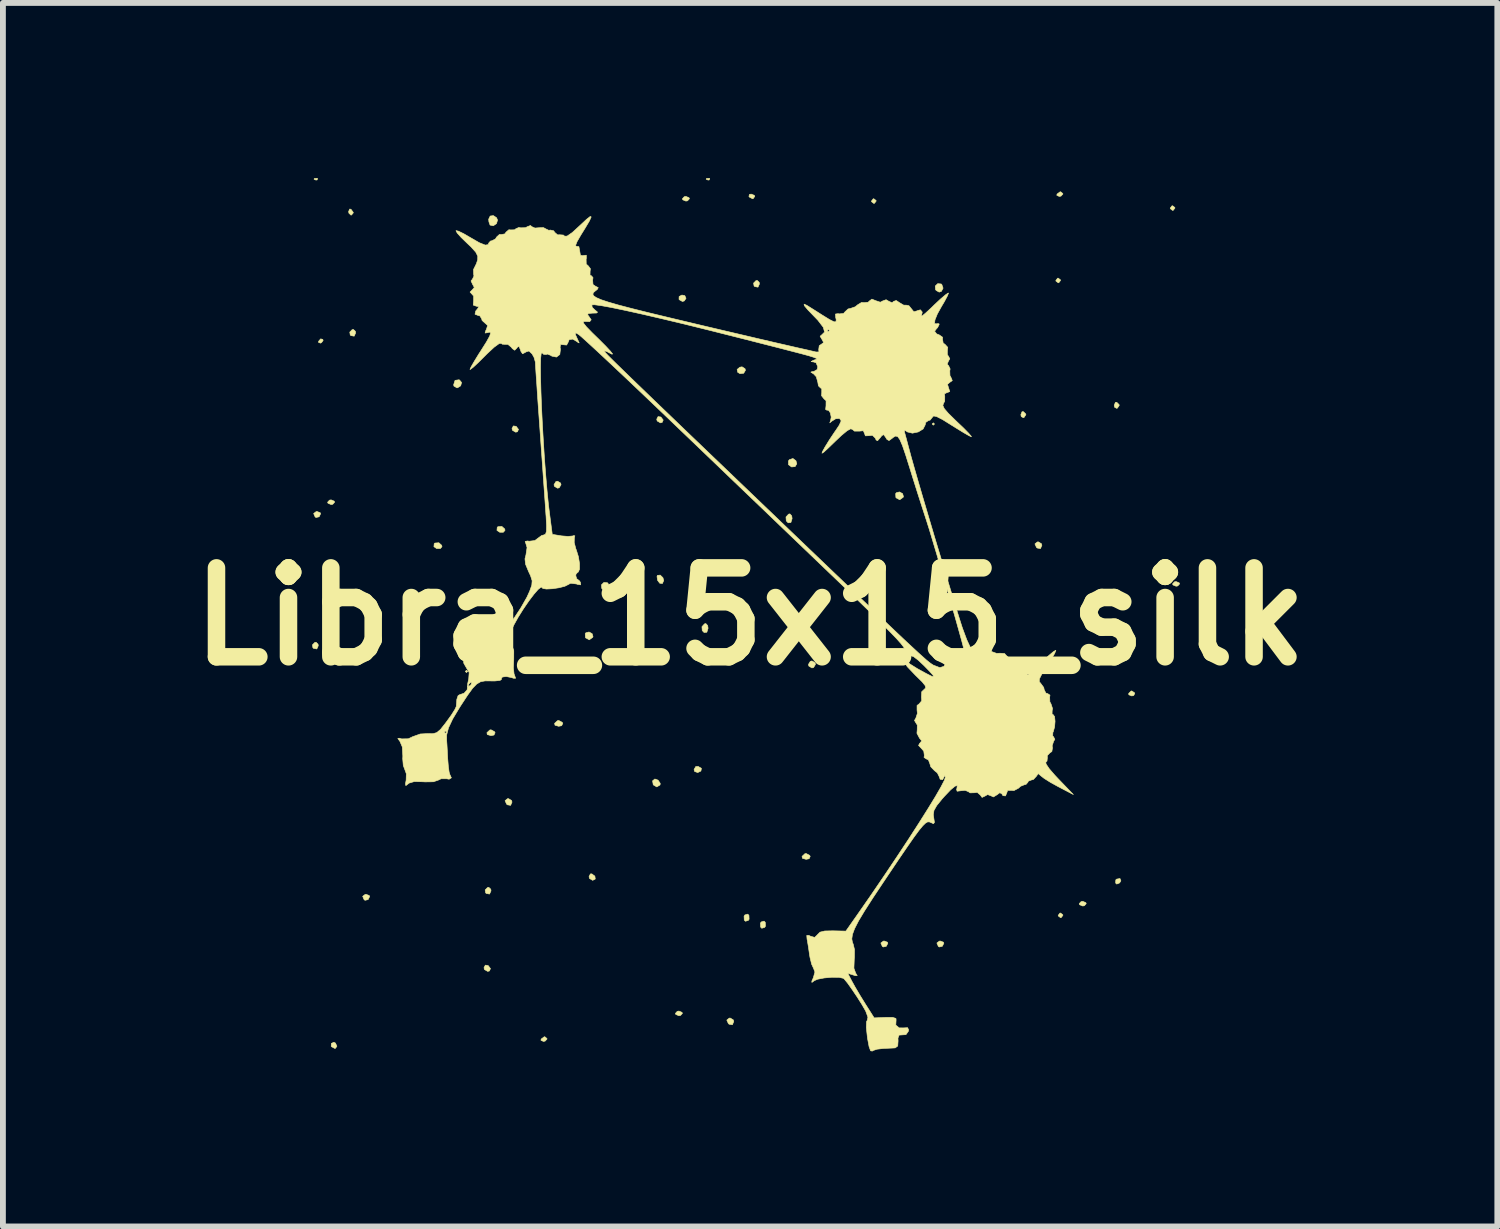
<source format=kicad_pcb>
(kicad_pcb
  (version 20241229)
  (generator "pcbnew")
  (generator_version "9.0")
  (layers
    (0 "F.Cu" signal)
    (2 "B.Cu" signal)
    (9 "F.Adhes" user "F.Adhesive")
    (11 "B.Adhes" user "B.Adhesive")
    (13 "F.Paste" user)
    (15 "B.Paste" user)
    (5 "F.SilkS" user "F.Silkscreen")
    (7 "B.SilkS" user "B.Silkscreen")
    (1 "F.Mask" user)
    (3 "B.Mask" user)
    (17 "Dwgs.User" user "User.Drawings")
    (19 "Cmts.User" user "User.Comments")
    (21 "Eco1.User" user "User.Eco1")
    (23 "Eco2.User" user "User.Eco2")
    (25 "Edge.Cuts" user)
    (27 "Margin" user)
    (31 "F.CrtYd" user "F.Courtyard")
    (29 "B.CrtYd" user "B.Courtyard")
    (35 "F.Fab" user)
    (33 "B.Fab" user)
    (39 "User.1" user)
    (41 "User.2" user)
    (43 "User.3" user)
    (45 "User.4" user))
  (footprint "Libra_15x15_silk"
    (layer "F.Cu")
    (at 9.804 7.516)
    (property "Reference" "Libra_15x15_silk" (at 0 0 0) (layer "F.SilkS") (effects (font (size 1.524 1.524) (thickness 0.3))))
    (attr through_hole)
    (fp_poly (pts (xy -4.84 0.94) (xy -4.86 0.96) (xy -4.88 0.94) (xy -4.86 0.92) (xy -4.84 0.94)) (stroke (width 0.01) (type solid)) (fill yes) (layer "F.SilkS"))
    (fp_poly (pts (xy 3.16 -3.3) (xy 3.14 -3.28) (xy 3.12 -3.3) (xy 3.14 -3.32) (xy 3.16 -3.3)) (stroke (width 0.01) (type solid)) (fill yes) (layer "F.SilkS"))
    (fp_poly (pts (xy -7.413 -7.507) (xy -7.419 -7.483) (xy -7.44 -7.48) (xy -7.473 -7.495) (xy -7.467 -7.507) (xy -7.419 -7.511) (xy -7.413 -7.507)) (stroke (width 0.01) (type solid)) (fill yes) (layer "F.SilkS"))
    (fp_poly (pts (xy -0.693 -7.507) (xy -0.699 -7.483) (xy -0.72 -7.48) (xy -0.753 -7.495) (xy -0.747 -7.507) (xy -0.699 -7.511) (xy -0.693 -7.507)) (stroke (width 0.01) (type solid)) (fill yes) (layer "F.SilkS"))
    (fp_poly (pts (xy -7.323 -4.75) (xy -7.317 -4.731) (xy -7.345 -4.694) (xy -7.362 -4.686) (xy -7.396 -4.699) (xy -7.394 -4.718) (xy -7.359 -4.759) (xy -7.323 -4.75)) (stroke (width 0.01) (type solid)) (fill yes) (layer "F.SilkS"))
    (fp_poly (pts (xy -4.489 5.98) (xy -4.449 6.032) (xy -4.467 6.073) (xy -4.497 6.08) (xy -4.552 6.048) (xy -4.56 6.017) (xy -4.537 5.973) (xy -4.489 5.98)) (stroke (width 0.01) (type solid)) (fill yes) (layer "F.SilkS"))
    (fp_poly (pts (xy -4.009 -3.26) (xy -3.969 -3.208) (xy -3.987 -3.167) (xy -4.017 -3.16) (xy -4.072 -3.192) (xy -4.08 -3.223) (xy -4.057 -3.267) (xy -4.009 -3.26)) (stroke (width 0.01) (type solid)) (fill yes) (layer "F.SilkS"))
    (fp_poly (pts (xy -2.66 4.449) (xy -2.653 4.497) (xy -2.697 4.52) (xy -2.752 4.488) (xy -2.76 4.457) (xy -2.737 4.41) (xy -2.712 4.409) (xy -2.66 4.449)) (stroke (width 0.01) (type solid)) (fill yes) (layer "F.SilkS"))
    (fp_poly (pts (xy -1.529 -3.42) (xy -1.489 -3.368) (xy -1.507 -3.327) (xy -1.537 -3.32) (xy -1.592 -3.352) (xy -1.6 -3.383) (xy -1.577 -3.427) (xy -1.529 -3.42)) (stroke (width 0.01) (type solid)) (fill yes) (layer "F.SilkS"))
    (fp_poly (pts (xy -0.834 2.601) (xy -0.843 2.647) (xy -0.898 2.673) (xy -0.951 2.654) (xy -0.96 2.62) (xy -0.931 2.57) (xy -0.89 2.568) (xy -0.834 2.601)) (stroke (width 0.01) (type solid)) (fill yes) (layer "F.SilkS"))
    (fp_poly (pts (xy 6.354 4.528) (xy 6.332 4.564) (xy 6.282 4.584) (xy 6.264 4.566) (xy 6.267 4.512) (xy 6.282 4.499) (xy 6.339 4.489) (xy 6.354 4.528)) (stroke (width 0.01) (type solid)) (fill yes) (layer "F.SilkS"))
    (fp_poly (pts (xy -7.404 0.472) (xy -7.4 0.5) (xy -7.425 0.555) (xy -7.48 0.545) (xy -7.492 0.534) (xy -7.5 0.485) (xy -7.46 0.444) (xy -7.438 0.44) (xy -7.404 0.472)) (stroke (width 0.01) (type solid)) (fill yes) (layer "F.SilkS"))
    (fp_poly (pts (xy -7.367 -1.78) (xy -7.36 -1.762) (xy -7.386 -1.71) (xy -7.438 -1.698) (xy -7.454 -1.708) (xy -7.479 -1.766) (xy -7.436 -1.799) (xy -7.42 -1.8) (xy -7.367 -1.78)) (stroke (width 0.01) (type solid)) (fill yes) (layer "F.SilkS"))
    (fp_poly (pts (xy -7.127 -1.978) (xy -7.12 -1.96) (xy -7.152 -1.925) (xy -7.18 -1.92) (xy -7.233 -1.942) (xy -7.24 -1.96) (xy -7.208 -1.995) (xy -7.18 -2) (xy -7.127 -1.978)) (stroke (width 0.01) (type solid)) (fill yes) (layer "F.SilkS"))
    (fp_poly (pts (xy -7.106 7.308) (xy -7.081 7.363) (xy -7.106 7.399) (xy -7.118 7.4) (xy -7.172 7.371) (xy -7.178 7.363) (xy -7.176 7.315) (xy -7.134 7.295) (xy -7.106 7.308)) (stroke (width 0.01) (type solid)) (fill yes) (layer "F.SilkS"))
    (fp_poly (pts (xy -6.84 -6.98) (xy -6.802 -6.929) (xy -6.8 -6.918) (xy -6.831 -6.881) (xy -6.84 -6.88) (xy -6.875 -6.913) (xy -6.88 -6.942) (xy -6.861 -6.984) (xy -6.84 -6.98)) (stroke (width 0.01) (type solid)) (fill yes) (layer "F.SilkS"))
    (fp_poly (pts (xy -6.764 -4.888) (xy -6.76 -4.86) (xy -6.785 -4.805) (xy -6.84 -4.815) (xy -6.852 -4.826) (xy -6.86 -4.875) (xy -6.82 -4.916) (xy -6.798 -4.92) (xy -6.764 -4.888)) (stroke (width 0.01) (type solid)) (fill yes) (layer "F.SilkS"))
    (fp_poly (pts (xy -6.527 4.78) (xy -6.52 4.798) (xy -6.546 4.85) (xy -6.598 4.862) (xy -6.614 4.852) (xy -6.639 4.794) (xy -6.596 4.761) (xy -6.58 4.76) (xy -6.527 4.78)) (stroke (width 0.01) (type solid)) (fill yes) (layer "F.SilkS"))
    (fp_poly (pts (xy -5.285 -1.221) (xy -5.28 -1.198) (xy -5.309 -1.165) (xy -5.37 -1.165) (xy -5.418 -1.197) (xy -5.413 -1.249) (xy -5.401 -1.26) (xy -5.334 -1.265) (xy -5.285 -1.221)) (stroke (width 0.01) (type solid)) (fill yes) (layer "F.SilkS"))
    (fp_poly (pts (xy -4.444 4.672) (xy -4.44 4.7) (xy -4.465 4.755) (xy -4.52 4.745) (xy -4.532 4.734) (xy -4.54 4.685) (xy -4.5 4.644) (xy -4.478 4.64) (xy -4.444 4.672)) (stroke (width 0.01) (type solid)) (fill yes) (layer "F.SilkS"))
    (fp_poly (pts (xy -4.38 1.972) (xy -4.37 1.99) (xy -4.389 2.03) (xy -4.44 2.04) (xy -4.503 2.022) (xy -4.51 1.99) (xy -4.461 1.944) (xy -4.44 1.94) (xy -4.38 1.972)) (stroke (width 0.01) (type solid)) (fill yes) (layer "F.SilkS"))
    (fp_poly (pts (xy -4.205 -1.501) (xy -4.2 -1.478) (xy -4.229 -1.445) (xy -4.29 -1.445) (xy -4.338 -1.477) (xy -4.333 -1.529) (xy -4.321 -1.54) (xy -4.254 -1.545) (xy -4.205 -1.501)) (stroke (width 0.01) (type solid)) (fill yes) (layer "F.SilkS"))
    (fp_poly (pts (xy -4.087 3.152) (xy -4.08 3.18) (xy -4.104 3.235) (xy -4.16 3.225) (xy -4.173 3.213) (xy -4.199 3.155) (xy -4.157 3.121) (xy -4.14 3.12) (xy -4.087 3.152)) (stroke (width 0.01) (type solid)) (fill yes) (layer "F.SilkS"))
    (fp_poly (pts (xy -3.481 7.231) (xy -3.48 7.24) (xy -3.513 7.275) (xy -3.542 7.28) (xy -3.584 7.261) (xy -3.58 7.24) (xy -3.529 7.202) (xy -3.518 7.2) (xy -3.481 7.231)) (stroke (width 0.01) (type solid)) (fill yes) (layer "F.SilkS"))
    (fp_poly (pts (xy -3.247 -2.288) (xy -3.24 -2.26) (xy -3.272 -2.207) (xy -3.3 -2.2) (xy -3.353 -2.232) (xy -3.36 -2.26) (xy -3.328 -2.313) (xy -3.3 -2.32) (xy -3.247 -2.288)) (stroke (width 0.01) (type solid)) (fill yes) (layer "F.SilkS"))
    (fp_poly (pts (xy -3.22 1.812) (xy -3.21 1.83) (xy -3.229 1.87) (xy -3.28 1.88) (xy -3.343 1.862) (xy -3.35 1.83) (xy -3.301 1.784) (xy -3.28 1.78) (xy -3.22 1.812)) (stroke (width 0.01) (type solid)) (fill yes) (layer "F.SilkS"))
    (fp_poly (pts (xy -1.577 2.803) (xy -1.54 2.858) (xy -1.543 2.885) (xy -1.599 2.919) (xy -1.657 2.885) (xy -1.66 2.88) (xy -1.671 2.815) (xy -1.632 2.783) (xy -1.577 2.803)) (stroke (width 0.01) (type solid)) (fill yes) (layer "F.SilkS"))
    (fp_poly (pts (xy -1.494 -0.667) (xy -1.48 -0.618) (xy -1.503 -0.566) (xy -1.549 -0.572) (xy -1.586 -0.622) (xy -1.595 -0.687) (xy -1.588 -0.706) (xy -1.54 -0.711) (xy -1.494 -0.667)) (stroke (width 0.01) (type solid)) (fill yes) (layer "F.SilkS"))
    (fp_poly (pts (xy -1.167 6.782) (xy -1.16 6.8) (xy -1.192 6.835) (xy -1.22 6.84) (xy -1.273 6.818) (xy -1.28 6.8) (xy -1.248 6.765) (xy -1.22 6.76) (xy -1.167 6.782)) (stroke (width 0.01) (type solid)) (fill yes) (layer "F.SilkS"))
    (fp_poly (pts (xy -1.119 -5.5) (xy -1.098 -5.454) (xy -1.128 -5.409) (xy -1.16 -5.4) (xy -1.212 -5.429) (xy -1.218 -5.437) (xy -1.216 -5.485) (xy -1.168 -5.51) (xy -1.119 -5.5)) (stroke (width 0.01) (type solid)) (fill yes) (layer "F.SilkS"))
    (fp_poly (pts (xy -1.047 -7.178) (xy -1.04 -7.16) (xy -1.072 -7.125) (xy -1.1 -7.12) (xy -1.153 -7.142) (xy -1.16 -7.16) (xy -1.128 -7.195) (xy -1.1 -7.2) (xy -1.047 -7.178)) (stroke (width 0.01) (type solid)) (fill yes) (layer "F.SilkS"))
    (fp_poly (pts (xy -0.727 0.154) (xy -0.72 0.2) (xy -0.741 0.268) (xy -0.788 0.273) (xy -0.82 0.24) (xy -0.825 0.174) (xy -0.781 0.125) (xy -0.758 0.12) (xy -0.727 0.154)) (stroke (width 0.01) (type solid)) (fill yes) (layer "F.SilkS"))
    (fp_poly (pts (xy -0.287 6.912) (xy -0.28 6.94) (xy -0.304 6.995) (xy -0.36 6.985) (xy -0.373 6.973) (xy -0.399 6.915) (xy -0.357 6.881) (xy -0.34 6.88) (xy -0.287 6.912)) (stroke (width 0.01) (type solid)) (fill yes) (layer "F.SilkS"))
    (fp_poly (pts (xy -0.087 -4.248) (xy -0.08 -4.22) (xy -0.11 -4.17) (xy -0.173 -4.163) (xy -0.212 -4.186) (xy -0.222 -4.235) (xy -0.176 -4.273) (xy -0.138 -4.28) (xy -0.087 -4.248)) (stroke (width 0.01) (type solid)) (fill yes) (layer "F.SilkS"))
    (fp_poly (pts (xy -0.02 5.12) (xy -0.017 5.186) (xy -0.031 5.207) (xy -0.08 5.221) (xy -0.1 5.2) (xy -0.103 5.134) (xy -0.089 5.113) (xy -0.04 5.099) (xy -0.02 5.12)) (stroke (width 0.01) (type solid)) (fill yes) (layer "F.SilkS"))
    (fp_poly (pts (xy 0.072 -7.219) (xy 0.08 -7.2) (xy 0.051 -7.161) (xy 0.042 -7.16) (xy -0.012 -7.189) (xy -0.02 -7.2) (xy -0.011 -7.234) (xy 0.018 -7.24) (xy 0.072 -7.219)) (stroke (width 0.01) (type solid)) (fill yes) (layer "F.SilkS"))
    (fp_poly (pts (xy 0.156 -5.728) (xy 0.16 -5.7) (xy 0.135 -5.645) (xy 0.08 -5.655) (xy 0.068 -5.666) (xy 0.06 -5.715) (xy 0.1 -5.756) (xy 0.122 -5.76) (xy 0.156 -5.728)) (stroke (width 0.01) (type solid)) (fill yes) (layer "F.SilkS"))
    (fp_poly (pts (xy 0.26 5.24) (xy 0.263 5.306) (xy 0.249 5.327) (xy 0.2 5.341) (xy 0.18 5.32) (xy 0.177 5.254) (xy 0.191 5.233) (xy 0.24 5.219) (xy 0.26 5.24)) (stroke (width 0.01) (type solid)) (fill yes) (layer "F.SilkS"))
    (fp_poly (pts (xy 0.713 -1.726) (xy 0.72 -1.68) (xy 0.699 -1.612) (xy 0.652 -1.607) (xy 0.62 -1.64) (xy 0.615 -1.706) (xy 0.659 -1.755) (xy 0.682 -1.76) (xy 0.713 -1.726)) (stroke (width 0.01) (type solid)) (fill yes) (layer "F.SilkS"))
    (fp_poly (pts (xy 0.786 -2.67) (xy 0.8 -2.618) (xy 0.771 -2.57) (xy 0.711 -2.564) (xy 0.658 -2.603) (xy 0.657 -2.666) (xy 0.672 -2.688) (xy 0.734 -2.709) (xy 0.786 -2.67)) (stroke (width 0.01) (type solid)) (fill yes) (layer "F.SilkS"))
    (fp_poly (pts (xy 1.02 4.092) (xy 1.03 4.11) (xy 1.011 4.15) (xy 0.96 4.16) (xy 0.897 4.142) (xy 0.89 4.11) (xy 0.939 4.064) (xy 0.96 4.06) (xy 1.02 4.092)) (stroke (width 0.01) (type solid)) (fill yes) (layer "F.SilkS"))
    (fp_poly (pts (xy 1.113 0.792) (xy 1.12 0.82) (xy 1.088 0.873) (xy 1.06 0.88) (xy 1.007 0.848) (xy 1 0.82) (xy 1.032 0.767) (xy 1.06 0.76) (xy 1.113 0.792)) (stroke (width 0.01) (type solid)) (fill yes) (layer "F.SilkS"))
    (fp_poly (pts (xy 2.159 -7.13) (xy 2.16 -7.12) (xy 2.13 -7.081) (xy 2.12 -7.08) (xy 2.081 -7.11) (xy 2.08 -7.12) (xy 2.11 -7.159) (xy 2.12 -7.16) (xy 2.159 -7.13)) (stroke (width 0.01) (type solid)) (fill yes) (layer "F.SilkS"))
    (fp_poly (pts (xy 2.353 5.58) (xy 2.36 5.598) (xy 2.334 5.65) (xy 2.282 5.662) (xy 2.266 5.652) (xy 2.241 5.594) (xy 2.284 5.561) (xy 2.3 5.56) (xy 2.353 5.58)) (stroke (width 0.01) (type solid)) (fill yes) (layer "F.SilkS"))
    (fp_poly (pts (xy 3.313 5.58) (xy 3.32 5.598) (xy 3.294 5.65) (xy 3.242 5.662) (xy 3.226 5.652) (xy 3.201 5.594) (xy 3.244 5.561) (xy 3.26 5.56) (xy 3.313 5.58)) (stroke (width 0.01) (type solid)) (fill yes) (layer "F.SilkS"))
    (fp_poly (pts (xy 4.724 -3.471) (xy 4.726 -3.46) (xy 4.695 -3.413) (xy 4.683 -3.408) (xy 4.647 -3.427) (xy 4.64 -3.46) (xy 4.66 -3.51) (xy 4.683 -3.512) (xy 4.724 -3.471)) (stroke (width 0.01) (type solid)) (fill yes) (layer "F.SilkS"))
    (fp_poly (pts (xy 4.993 -1.248) (xy 5 -1.22) (xy 4.976 -1.165) (xy 4.92 -1.175) (xy 4.907 -1.187) (xy 4.881 -1.245) (xy 4.923 -1.279) (xy 4.94 -1.28) (xy 4.993 -1.248)) (stroke (width 0.01) (type solid)) (fill yes) (layer "F.SilkS"))
    (fp_poly (pts (xy 5.319 -5.77) (xy 5.32 -5.76) (xy 5.29 -5.721) (xy 5.28 -5.72) (xy 5.241 -5.75) (xy 5.24 -5.76) (xy 5.27 -5.799) (xy 5.28 -5.8) (xy 5.319 -5.77)) (stroke (width 0.01) (type solid)) (fill yes) (layer "F.SilkS"))
    (fp_poly (pts (xy 5.359 5.11) (xy 5.36 5.12) (xy 5.33 5.159) (xy 5.32 5.16) (xy 5.281 5.13) (xy 5.28 5.12) (xy 5.31 5.081) (xy 5.32 5.08) (xy 5.359 5.11)) (stroke (width 0.01) (type solid)) (fill yes) (layer "F.SilkS"))
    (fp_poly (pts (xy 5.359 -7.249) (xy 5.36 -7.24) (xy 5.327 -7.205) (xy 5.298 -7.2) (xy 5.256 -7.219) (xy 5.26 -7.24) (xy 5.311 -7.278) (xy 5.322 -7.28) (xy 5.359 -7.249)) (stroke (width 0.01) (type solid)) (fill yes) (layer "F.SilkS"))
    (fp_poly (pts (xy 5.753 4.902) (xy 5.76 4.92) (xy 5.728 4.955) (xy 5.7 4.96) (xy 5.647 4.938) (xy 5.64 4.92) (xy 5.672 4.885) (xy 5.7 4.88) (xy 5.753 4.902)) (stroke (width 0.01) (type solid)) (fill yes) (layer "F.SilkS"))
    (fp_poly (pts (xy 6.324 -3.631) (xy 6.326 -3.62) (xy 6.295 -3.573) (xy 6.283 -3.568) (xy 6.247 -3.587) (xy 6.24 -3.62) (xy 6.26 -3.67) (xy 6.283 -3.672) (xy 6.324 -3.631)) (stroke (width 0.01) (type solid)) (fill yes) (layer "F.SilkS"))
    (fp_poly (pts (xy 6.587 1.305) (xy 6.592 1.317) (xy 6.573 1.353) (xy 6.54 1.36) (xy 6.49 1.34) (xy 6.488 1.317) (xy 6.529 1.276) (xy 6.54 1.274) (xy 6.587 1.305)) (stroke (width 0.01) (type solid)) (fill yes) (layer "F.SilkS"))
    (fp_poly (pts (xy 7.279 -7.01) (xy 7.28 -7) (xy 7.25 -6.961) (xy 7.24 -6.96) (xy 7.201 -6.99) (xy 7.2 -7) (xy 7.23 -7.039) (xy 7.24 -7.04) (xy 7.279 -7.01)) (stroke (width 0.01) (type solid)) (fill yes) (layer "F.SilkS"))
    (fp_poly (pts (xy 7.353 -0.578) (xy 7.36 -0.56) (xy 7.328 -0.525) (xy 7.3 -0.52) (xy 7.247 -0.542) (xy 7.24 -0.56) (xy 7.272 -0.595) (xy 7.3 -0.6) (xy 7.353 -0.578)) (stroke (width 0.01) (type solid)) (fill yes) (layer "F.SilkS"))
    (fp_poly (pts (xy -4.979 -4.054) (xy -4.944 -4.011) (xy -4.96 -3.954) (xy -5.013 -3.921) (xy -5.024 -3.92) (xy -5.075 -3.95) (xy -5.08 -3.973) (xy -5.056 -4.048) (xy -4.989 -4.058) (xy -4.979 -4.054)) (stroke (width 0.01) (type solid)) (fill yes) (layer "F.SilkS"))
    (fp_poly (pts (xy -2.707 0.293) (xy -2.692 0.343) (xy -2.697 0.356) (xy -2.756 0.398) (xy -2.816 0.366) (xy -2.822 0.357) (xy -2.825 0.293) (xy -2.814 0.278) (xy -2.76 0.264) (xy -2.707 0.293)) (stroke (width 0.01) (type solid)) (fill yes) (layer "F.SilkS"))
    (fp_poly (pts (xy -2.446 -0.58) (xy -2.435 -0.571) (xy -2.413 -0.508) (xy -2.442 -0.453) (xy -2.48 -0.44) (xy -2.531 -0.469) (xy -2.542 -0.483) (xy -2.547 -0.544) (xy -2.505 -0.585) (xy -2.446 -0.58)) (stroke (width 0.01) (type solid)) (fill yes) (layer "F.SilkS"))
    (fp_poly (pts (xy 2.613 -2.107) (xy 2.628 -2.057) (xy 2.623 -2.044) (xy 2.564 -2.002) (xy 2.504 -2.034) (xy 2.498 -2.043) (xy 2.495 -2.107) (xy 2.506 -2.122) (xy 2.56 -2.136) (xy 2.613 -2.107)) (stroke (width 0.01) (type solid)) (fill yes) (layer "F.SilkS"))
    (fp_poly (pts (xy 3.274 -5.7) (xy 3.285 -5.691) (xy 3.307 -5.628) (xy 3.278 -5.573) (xy 3.24 -5.56) (xy 3.189 -5.589) (xy 3.178 -5.603) (xy 3.173 -5.664) (xy 3.215 -5.705) (xy 3.274 -5.7)) (stroke (width 0.01) (type solid)) (fill yes) (layer "F.SilkS"))
    (fp_poly (pts (xy -4.345 -6.835) (xy -4.328 -6.795) (xy -4.346 -6.734) (xy -4.401 -6.697) (xy -4.456 -6.709) (xy -4.456 -6.709) (xy -4.476 -6.765) (xy -4.48 -6.81) (xy -4.454 -6.864) (xy -4.399 -6.871) (xy -4.345 -6.835)) (stroke (width 0.01) (type solid)) (fill yes) (layer "F.SilkS"))
    (fp_poly (pts (xy -2.723 -6.849) (xy -2.753 -6.781) (xy -2.829 -6.653) (xy -2.904 -6.532) (xy -2.966 -6.424) (xy -2.991 -6.359) (xy -2.978 -6.346) (xy -2.934 -6.34) (xy -2.92 -6.266) (xy -2.92 -6.266) (xy -2.908 -6.193) (xy -2.866 -6.184) (xy -2.854 -6.188) (xy -2.807 -6.193) (xy -2.806 -6.142) (xy -2.81 -6.124) (xy -2.808 -6.04) (xy -2.776 -6.013) (xy -2.736 -5.961) (xy -2.742 -5.915) (xy -2.743 -5.853) (xy -2.72 -5.84) (xy -2.692 -5.809) (xy -2.698 -5.765) (xy -2.692 -5.69) (xy -2.651 -5.662) (xy -2.602 -5.637) (xy -2.619 -5.606) (xy -2.65 -5.582) (xy -2.683 -5.554) (xy -2.695 -5.526) (xy -2.682 -5.498) (xy -2.637 -5.467) (xy -2.556 -5.431) (xy -2.432 -5.39) (xy -2.26 -5.34) (xy -2.035 -5.281) (xy -1.751 -5.21) (xy -1.402 -5.126) (xy -0.983 -5.026) (xy -0.797 -4.982) (xy -0.458 -4.902) (xy -0.137 -4.827) (xy 0.157 -4.758) (xy 0.414 -4.698) (xy 0.624 -4.65) (xy 0.776 -4.615) (xy 0.86 -4.596) (xy 0.99 -4.567) (xy 1.096 -4.542) (xy 1.13 -4.534) (xy 1.18 -4.535) (xy 1.176 -4.577) (xy 1.185 -4.642) (xy 1.217 -4.664) (xy 1.26 -4.695) (xy 1.235 -4.746) (xy 1.231 -4.751) (xy 1.2 -4.804) (xy 1.23 -4.83) (xy 1.277 -4.876) (xy 1.27 -4.9) (xy 1.32 -4.9) (xy 1.34 -4.88) (xy 1.36 -4.9) (xy 1.34 -4.92) (xy 1.32 -4.9) (xy 1.27 -4.9) (xy 1.254 -4.958) (xy 1.161 -5.079) (xy 1.1 -5.142) (xy 0.99 -5.256) (xy 0.93 -5.328) (xy 0.925 -5.354) (xy 0.97 -5.335) (xy 1.029 -5.298) (xy 1.131 -5.234) (xy 1.228 -5.172) (xy 1.361 -5.09) (xy 1.439 -5.051) (xy 1.473 -5.053) (xy 1.475 -5.093) (xy 1.467 -5.124) (xy 1.463 -5.185) (xy 1.51 -5.191) (xy 1.525 -5.187) (xy 1.602 -5.194) (xy 1.627 -5.223) (xy 1.68 -5.272) (xy 1.719 -5.28) (xy 1.803 -5.309) (xy 1.842 -5.342) (xy 1.91 -5.383) (xy 1.953 -5.38) (xy 2.023 -5.387) (xy 2.046 -5.409) (xy 2.087 -5.44) (xy 2.154 -5.413) (xy 2.232 -5.387) (xy 2.273 -5.409) (xy 2.331 -5.43) (xy 2.375 -5.404) (xy 2.433 -5.378) (xy 2.46 -5.401) (xy 2.504 -5.417) (xy 2.561 -5.379) (xy 2.632 -5.337) (xy 2.675 -5.337) (xy 2.722 -5.327) (xy 2.761 -5.279) (xy 2.806 -5.223) (xy 2.856 -5.237) (xy 2.859 -5.239) (xy 2.918 -5.257) (xy 2.95 -5.219) (xy 2.937 -5.15) (xy 2.95 -5.153) (xy 3.009 -5.202) (xy 3.103 -5.289) (xy 3.154 -5.339) (xy 3.264 -5.442) (xy 3.349 -5.514) (xy 3.395 -5.545) (xy 3.4 -5.543) (xy 3.38 -5.493) (xy 3.33 -5.398) (xy 3.28 -5.314) (xy 3.209 -5.186) (xy 3.168 -5.084) (xy 3.161 -5.023) (xy 3.19 -5.015) (xy 3.2 -5.02) (xy 3.237 -5.018) (xy 3.24 -5.005) (xy 3.211 -4.948) (xy 3.2 -4.94) (xy 3.162 -4.89) (xy 3.197 -4.844) (xy 3.24 -4.828) (xy 3.298 -4.788) (xy 3.298 -4.749) (xy 3.309 -4.687) (xy 3.34 -4.665) (xy 3.387 -4.614) (xy 3.381 -4.564) (xy 3.38 -4.489) (xy 3.4 -4.46) (xy 3.422 -4.418) (xy 3.4 -4.38) (xy 3.377 -4.325) (xy 3.401 -4.3) (xy 3.428 -4.244) (xy 3.422 -4.211) (xy 3.425 -4.13) (xy 3.444 -4.095) (xy 3.465 -4.044) (xy 3.425 -4.016) (xy 3.383 -3.98) (xy 3.402 -3.916) (xy 3.422 -3.857) (xy 3.384 -3.84) (xy 3.377 -3.84) (xy 3.331 -3.817) (xy 3.336 -3.775) (xy 3.335 -3.691) (xy 3.315 -3.654) (xy 3.303 -3.617) (xy 3.328 -3.563) (xy 3.398 -3.482) (xy 3.52 -3.362) (xy 3.544 -3.339) (xy 3.66 -3.229) (xy 3.745 -3.142) (xy 3.79 -3.09) (xy 3.792 -3.081) (xy 3.748 -3.101) (xy 3.654 -3.155) (xy 3.526 -3.234) (xy 3.452 -3.28) (xy 3.298 -3.376) (xy 3.198 -3.427) (xy 3.144 -3.438) (xy 3.127 -3.42) (xy 3.085 -3.367) (xy 3.057 -3.36) (xy 3.01 -3.327) (xy 3 -3.284) (xy 2.965 -3.215) (xy 2.882 -3.164) (xy 2.782 -3.143) (xy 2.696 -3.164) (xy 2.688 -3.17) (xy 2.646 -3.196) (xy 2.646 -3.16) (xy 2.652 -3.14) (xy 2.676 -3.052) (xy 2.709 -2.928) (xy 2.722 -2.88) (xy 2.758 -2.745) (xy 2.814 -2.547) (xy 2.885 -2.3) (xy 2.968 -2.016) (xy 3.06 -1.705) (xy 3.156 -1.381) (xy 3.254 -1.056) (xy 3.349 -0.741) (xy 3.438 -0.448) (xy 3.517 -0.189) (xy 3.583 0.023) (xy 3.632 0.177) (xy 3.651 0.23) (xy 3.714 0.399) (xy 3.77 0.519) (xy 3.812 0.579) (xy 3.825 0.583) (xy 3.89 0.592) (xy 3.913 0.609) (xy 3.971 0.629) (xy 4.018 0.601) (xy 4.083 0.571) (xy 4.14 0.6) (xy 4.225 0.631) (xy 4.282 0.628) (xy 4.361 0.633) (xy 4.387 0.663) (xy 4.44 0.712) (xy 4.481 0.72) (xy 4.549 0.74) (xy 4.567 0.762) (xy 4.614 0.802) (xy 4.661 0.817) (xy 4.726 0.859) (xy 4.737 0.914) (xy 4.743 0.982) (xy 4.756 1) (xy 4.792 0.974) (xy 4.87 0.904) (xy 4.975 0.804) (xy 5.009 0.771) (xy 5.115 0.671) (xy 5.195 0.603) (xy 5.237 0.578) (xy 5.24 0.581) (xy 5.219 0.632) (xy 5.164 0.728) (xy 5.087 0.85) (xy 5.08 0.86) (xy 4.998 0.988) (xy 4.958 1.067) (xy 4.955 1.115) (xy 4.98 1.144) (xy 5.032 1.215) (xy 5.04 1.254) (xy 5.069 1.311) (xy 5.099 1.32) (xy 5.139 1.346) (xy 5.134 1.381) (xy 5.137 1.461) (xy 5.156 1.495) (xy 5.183 1.576) (xy 5.176 1.615) (xy 5.175 1.669) (xy 5.193 1.68) (xy 5.218 1.714) (xy 5.226 1.795) (xy 5.218 1.892) (xy 5.195 1.974) (xy 5.188 1.987) (xy 5.186 2.045) (xy 5.201 2.061) (xy 5.222 2.104) (xy 5.201 2.138) (xy 5.176 2.216) (xy 5.182 2.25) (xy 5.171 2.313) (xy 5.138 2.335) (xy 5.092 2.383) (xy 5.094 2.418) (xy 5.088 2.477) (xy 5.068 2.493) (xy 5.072 2.527) (xy 5.125 2.606) (xy 5.22 2.716) (xy 5.28 2.78) (xy 5.54 3.05) (xy 5.281 2.915) (xy 5.147 2.841) (xy 5.039 2.773) (xy 4.979 2.726) (xy 4.978 2.724) (xy 4.937 2.691) (xy 4.909 2.732) (xy 4.908 2.734) (xy 4.856 2.791) (xy 4.821 2.8) (xy 4.767 2.821) (xy 4.76 2.84) (xy 4.728 2.876) (xy 4.705 2.88) (xy 4.635 2.908) (xy 4.599 2.941) (xy 4.521 2.982) (xy 4.474 2.978) (xy 4.413 2.979) (xy 4.4 3.017) (xy 4.377 3.073) (xy 4.333 3.069) (xy 4.312 3.035) (xy 4.278 3.019) (xy 4.234 3.052) (xy 4.17 3.091) (xy 4.127 3.071) (xy 4.07 3.05) (xy 4.026 3.075) (xy 3.975 3.099) (xy 3.945 3.058) (xy 3.893 3.013) (xy 3.844 3.019) (xy 3.77 3.021) (xy 3.741 3.001) (xy 3.687 2.978) (xy 3.617 2.984) (xy 3.548 2.993) (xy 3.538 2.962) (xy 3.544 2.944) (xy 3.55 2.896) (xy 3.512 2.906) (xy 3.437 2.968) (xy 3.333 3.077) (xy 3.291 3.124) (xy 3.198 3.239) (xy 3.151 3.322) (xy 3.14 3.395) (xy 3.147 3.446) (xy 3.159 3.528) (xy 3.142 3.549) (xy 3.099 3.53) (xy 3.071 3.518) (xy 3.041 3.519) (xy 3.005 3.54) (xy 2.958 3.586) (xy 2.893 3.665) (xy 2.807 3.782) (xy 2.694 3.944) (xy 2.548 4.158) (xy 2.366 4.429) (xy 2.284 4.551) (xy 2.101 4.826) (xy 1.96 5.046) (xy 1.858 5.216) (xy 1.791 5.347) (xy 1.754 5.446) (xy 1.743 5.523) (xy 1.754 5.584) (xy 1.766 5.611) (xy 1.789 5.705) (xy 1.788 5.837) (xy 1.785 5.872) (xy 1.779 6.026) (xy 1.81 6.112) (xy 1.836 6.152) (xy 1.802 6.153) (xy 1.767 6.142) (xy 1.674 6.113) (xy 1.743 6.246) (xy 1.8 6.349) (xy 1.882 6.488) (xy 1.969 6.629) (xy 2.126 6.877) (xy 2.323 6.869) (xy 2.445 6.869) (xy 2.499 6.886) (xy 2.502 6.91) (xy 2.497 7) (xy 2.554 7.048) (xy 2.626 7.049) (xy 2.699 7.045) (xy 2.716 7.081) (xy 2.713 7.105) (xy 2.671 7.164) (xy 2.613 7.168) (xy 2.553 7.172) (xy 2.534 7.223) (xy 2.536 7.273) (xy 2.53 7.359) (xy 2.487 7.391) (xy 2.462 7.393) (xy 2.286 7.401) (xy 2.174 7.414) (xy 2.109 7.436) (xy 2.095 7.446) (xy 2.065 7.441) (xy 2.039 7.37) (xy 2.012 7.227) (xy 2.01 7.211) (xy 1.992 7.044) (xy 1.995 6.943) (xy 2.009 6.915) (xy 2.019 6.865) (xy 1.985 6.771) (xy 1.978 6.755) (xy 1.916 6.647) (xy 1.835 6.519) (xy 1.748 6.39) (xy 1.67 6.28) (xy 1.613 6.211) (xy 1.599 6.199) (xy 1.523 6.182) (xy 1.402 6.181) (xy 1.269 6.193) (xy 1.155 6.215) (xy 1.101 6.239) (xy 1.059 6.27) (xy 1.058 6.247) (xy 1.084 6.188) (xy 1.111 6.091) (xy 1.088 6.029) (xy 1.055 5.958) (xy 1.027 5.844) (xy 1.019 5.798) (xy 1 5.666) (xy 0.981 5.552) (xy 0.976 5.528) (xy 0.971 5.464) (xy 1.005 5.463) (xy 1.037 5.478) (xy 1.107 5.498) (xy 1.154 5.453) (xy 1.155 5.45) (xy 1.198 5.408) (xy 1.279 5.388) (xy 1.418 5.385) (xy 1.641 5.39) (xy 1.855 5.085) (xy 2.083 4.757) (xy 2.305 4.431) (xy 2.517 4.115) (xy 2.715 3.815) (xy 2.893 3.539) (xy 3.048 3.293) (xy 3.176 3.084) (xy 3.271 2.919) (xy 3.329 2.806) (xy 3.347 2.751) (xy 3.346 2.749) (xy 3.328 2.721) (xy 3.323 2.75) (xy 3.298 2.796) (xy 3.257 2.788) (xy 3.24 2.741) (xy 3.208 2.678) (xy 3.16 2.64) (xy 3.096 2.574) (xy 3.08 2.519) (xy 3.055 2.455) (xy 3.021 2.44) (xy 2.981 2.414) (xy 2.986 2.378) (xy 2.976 2.306) (xy 2.935 2.259) (xy 2.887 2.208) (xy 2.906 2.171) (xy 2.912 2.167) (xy 2.941 2.129) (xy 2.902 2.082) (xy 2.859 1.999) (xy 2.864 1.94) (xy 2.865 1.858) (xy 2.841 1.821) (xy 2.817 1.78) (xy 2.841 1.738) (xy 2.867 1.659) (xy 2.861 1.602) (xy 2.861 1.523) (xy 2.897 1.496) (xy 2.941 1.443) (xy 2.936 1.38) (xy 2.941 1.288) (xy 2.982 1.249) (xy 3.009 1.223) (xy 3.001 1.184) (xy 2.949 1.119) (xy 2.845 1.017) (xy 2.828 1) (xy 2.692 0.857) (xy 2.63 0.755) (xy 2.675 0.755) (xy 2.738 0.812) (xy 2.869 0.894) (xy 3.021 0.977) (xy 3.109 1.021) (xy 3.147 1.031) (xy 3.132 1.001) (xy 3.062 0.924) (xy 2.981 0.841) (xy 2.881 0.747) (xy 2.803 0.687) (xy 2.763 0.673) (xy 2.762 0.675) (xy 2.707 0.716) (xy 2.683 0.726) (xy 2.675 0.755) (xy 2.63 0.755) (xy 2.622 0.742) (xy 2.613 0.646) (xy 2.647 0.575) (xy 2.649 0.555) (xy 2.629 0.519) (xy 2.585 0.462) (xy 2.512 0.38) (xy 2.405 0.269) (xy 2.261 0.124) (xy 2.075 -0.059) (xy 1.843 -0.284) (xy 1.56 -0.556) (xy 1.28 -0.824) (xy 0.915 -1.174) (xy 0.562 -1.512) (xy 0.207 -1.853) (xy -0.163 -2.207) (xy -0.559 -2.587) (xy -0.995 -3.005) (xy -1.18 -3.182) (xy -1.534 -3.521) (xy -1.858 -3.83) (xy -2.148 -4.105) (xy -2.401 -4.343) (xy -2.612 -4.54) (xy -2.776 -4.691) (xy -2.89 -4.794) (xy -2.935 -4.832) (xy -2.988 -4.863) (xy -2.994 -4.835) (xy -2.955 -4.747) (xy -2.929 -4.69) (xy -2.945 -4.694) (xy -2.963 -4.71) (xy -3.04 -4.755) (xy -3.1 -4.746) (xy -3.12 -4.697) (xy -3.144 -4.653) (xy -3.195 -4.658) (xy -3.247 -4.663) (xy -3.256 -4.616) (xy -3.25 -4.581) (xy -3.261 -4.491) (xy -3.318 -4.447) (xy -3.397 -4.463) (xy -3.414 -4.475) (xy -3.473 -4.499) (xy -3.496 -4.491) (xy -3.538 -4.494) (xy -3.565 -4.521) (xy -3.58 -4.508) (xy -3.589 -4.425) (xy -3.592 -4.282) (xy -3.59 -4.089) (xy -3.584 -3.855) (xy -3.574 -3.591) (xy -3.56 -3.306) (xy -3.543 -3.01) (xy -3.524 -2.713) (xy -3.502 -2.424) (xy -3.479 -2.154) (xy -3.455 -1.912) (xy -3.435 -1.754) (xy -3.39 -1.409) (xy -3.232 -1.383) (xy -3.121 -1.374) (xy -3.041 -1.381) (xy -3.031 -1.386) (xy -3.003 -1.385) (xy -3.012 -1.348) (xy -3.014 -1.269) (xy -2.986 -1.161) (xy -2.978 -1.142) (xy -2.942 -1.026) (xy -2.923 -0.908) (xy -2.923 -0.812) (xy -2.945 -0.762) (xy -2.953 -0.76) (xy -2.983 -0.728) (xy -2.987 -0.7) (xy -2.971 -0.647) (xy -2.958 -0.64) (xy -2.92 -0.608) (xy -2.906 -0.582) (xy -2.904 -0.544) (xy -2.954 -0.551) (xy -2.977 -0.559) (xy -3.076 -0.571) (xy -3.114 -0.55) (xy -3.174 -0.52) (xy -3.274 -0.494) (xy -3.388 -0.477) (xy -3.489 -0.472) (xy -3.551 -0.481) (xy -3.56 -0.492) (xy -3.579 -0.507) (xy -3.631 -0.467) (xy -3.705 -0.382) (xy -3.793 -0.266) (xy -3.886 -0.13) (xy -3.975 0.012) (xy -4.051 0.149) (xy -4.079 0.209) (xy -4.123 0.316) (xy -4.131 0.385) (xy -4.104 0.447) (xy -4.091 0.467) (xy -4.05 0.582) (xy -4.05 0.744) (xy -4.051 0.751) (xy -4.056 0.879) (xy -4.045 0.982) (xy -4.035 1.009) (xy -4.018 1.057) (xy -4.054 1.057) (xy -4.089 1.045) (xy -4.179 1.027) (xy -4.246 1.036) (xy -4.266 1.068) (xy -4.261 1.078) (xy -4.286 1.094) (xy -4.369 1.103) (xy -4.442 1.103) (xy -4.54 1.102) (xy -4.617 1.116) (xy -4.684 1.155) (xy -4.755 1.228) (xy -4.841 1.347) (xy -4.955 1.521) (xy -4.98 1.56) (xy -5.097 1.755) (xy -5.168 1.906) (xy -5.2 2.029) (xy -5.2 2.12) (xy -5.195 2.19) (xy -5.188 2.311) (xy -5.182 2.432) (xy -5.171 2.567) (xy -5.157 2.668) (xy -5.144 2.709) (xy -5.119 2.763) (xy -5.157 2.787) (xy -5.202 2.779) (xy -5.294 2.779) (xy -5.342 2.802) (xy -5.427 2.831) (xy -5.571 2.833) (xy -5.603 2.831) (xy -5.754 2.827) (xy -5.844 2.854) (xy -5.862 2.868) (xy -5.899 2.897) (xy -5.906 2.867) (xy -5.894 2.802) (xy -5.891 2.693) (xy -5.916 2.624) (xy -5.943 2.552) (xy -5.953 2.437) (xy -5.951 2.39) (xy -5.96 2.234) (xy -6 2.14) (xy -6.037 2.089) (xy -6.012 2.084) (xy -5.972 2.096) (xy -5.857 2.094) (xy -5.784 2.059) (xy -5.653 2.012) (xy -5.523 2.005) (xy -5.434 2.007) (xy -5.369 1.988) (xy -5.359 1.98) (xy -5.24 1.98) (xy -5.22 2) (xy -5.2 1.98) (xy -5.22 1.96) (xy -5.24 1.98) (xy -5.359 1.98) (xy -5.306 1.935) (xy -5.224 1.832) (xy -5.201 1.801) (xy -5.118 1.686) (xy -5.059 1.592) (xy -5.036 1.543) (xy -5.029 1.469) (xy -5.026 1.42) (xy -5.004 1.355) (xy -4.98 1.34) (xy -4.901 1.313) (xy -4.85 1.257) (xy -4.845 1.227) (xy -4.844 1.197) (xy -4.83 1.197) (xy -4.825 1.2) (xy -4.788 1.172) (xy -4.78 1.16) (xy -4.77 1.123) (xy -4.775 1.12) (xy -4.812 1.148) (xy -4.82 1.16) (xy -4.83 1.197) (xy -4.844 1.197) (xy -4.841 1.156) (xy -4.822 1.068) (xy -4.814 0.959) (xy -4.861 0.879) (xy -4.907 0.798) (xy -4.916 0.683) (xy -4.911 0.624) (xy -4.908 0.482) (xy -4.942 0.396) (xy -4.95 0.387) (xy -4.989 0.316) (xy -4.961 0.265) (xy -4.877 0.25) (xy -4.835 0.255) (xy -4.713 0.257) (xy -4.619 0.232) (xy -4.5 0.207) (xy -4.382 0.229) (xy -4.283 0.251) (xy -4.218 0.232) (xy -4.169 0.185) (xy -4.05 0.035) (xy -3.928 -0.15) (xy -3.824 -0.333) (xy -3.778 -0.434) (xy -3.741 -0.538) (xy -3.735 -0.614) (xy -3.762 -0.7) (xy -3.797 -0.774) (xy -3.848 -0.898) (xy -3.858 -0.99) (xy -3.841 -1.057) (xy -3.822 -1.183) (xy -3.838 -1.237) (xy -3.855 -1.288) (xy -3.814 -1.296) (xy -3.786 -1.291) (xy -3.689 -1.303) (xy -3.643 -1.337) (xy -3.573 -1.389) (xy -3.532 -1.4) (xy -3.505 -1.413) (xy -3.49 -1.46) (xy -3.488 -1.555) (xy -3.496 -1.714) (xy -3.499 -1.75) (xy -3.508 -1.886) (xy -3.522 -2.086) (xy -3.54 -2.336) (xy -3.56 -2.621) (xy -3.582 -2.927) (xy -3.601 -3.2) (xy -3.622 -3.491) (xy -3.641 -3.757) (xy -3.656 -3.989) (xy -3.669 -4.174) (xy -3.677 -4.301) (xy -3.68 -4.361) (xy -3.68 -4.362) (xy -3.703 -4.443) (xy -3.736 -4.501) (xy -3.789 -4.551) (xy -3.841 -4.535) (xy -3.851 -4.528) (xy -3.899 -4.503) (xy -3.928 -4.546) (xy -3.935 -4.569) (xy -3.959 -4.629) (xy -3.987 -4.617) (xy -3.998 -4.6) (xy -4.034 -4.564) (xy -4.074 -4.592) (xy -4.092 -4.616) (xy -4.151 -4.665) (xy -4.191 -4.665) (xy -4.248 -4.668) (xy -4.262 -4.683) (xy -4.301 -4.678) (xy -4.385 -4.617) (xy -4.504 -4.507) (xy -4.545 -4.466) (xy -4.656 -4.355) (xy -4.742 -4.275) (xy -4.792 -4.236) (xy -4.8 -4.235) (xy -4.78 -4.281) (xy -4.725 -4.376) (xy -4.648 -4.502) (xy -4.621 -4.543) (xy -4.52 -4.703) (xy -4.463 -4.806) (xy -4.446 -4.861) (xy -4.467 -4.875) (xy -4.501 -4.865) (xy -4.541 -4.859) (xy -4.529 -4.902) (xy -4.519 -4.921) (xy -4.498 -4.989) (xy -4.536 -5.024) (xy -4.538 -5.025) (xy -4.572 -5.056) (xy -2.858 -5.056) (xy -2.854 -5.028) (xy -2.805 -4.966) (xy -2.706 -4.864) (xy -2.593 -4.754) (xy -2.475 -4.636) (xy -2.394 -4.549) (xy -2.356 -4.5) (xy -2.37 -4.497) (xy -2.373 -4.499) (xy -2.454 -4.541) (xy -2.499 -4.554) (xy -2.5 -4.553) (xy -2.499 -4.547) (xy -2.488 -4.532) (xy -2.464 -4.506) (xy -2.424 -4.464) (xy -2.364 -4.404) (xy -2.282 -4.323) (xy -2.173 -4.217) (xy -2.035 -4.083) (xy -1.865 -3.919) (xy -1.659 -3.72) (xy -1.413 -3.484) (xy -1.126 -3.208) (xy -0.793 -2.889) (xy -0.41 -2.522) (xy 0.024 -2.106) (xy 0.38 -1.765) (xy 0.831 -1.333) (xy 1.228 -0.953) (xy 1.575 -0.621) (xy 1.874 -0.334) (xy 2.131 -0.089) (xy 2.348 0.117) (xy 2.529 0.289) (xy 2.678 0.43) (xy 2.799 0.542) (xy 2.894 0.63) (xy 2.969 0.697) (xy 3.025 0.747) (xy 3.068 0.782) (xy 3.1 0.806) (xy 3.126 0.823) (xy 3.14 0.832) (xy 3.252 0.875) (xy 3.323 0.852) (xy 3.348 0.8) (xy 3.402 0.733) (xy 3.46 0.72) (xy 3.542 0.696) (xy 3.575 0.657) (xy 3.616 0.617) (xy 3.641 0.621) (xy 3.666 0.611) (xy 3.657 0.533) (xy 3.629 0.426) (xy 3.582 0.256) (xy 3.521 0.038) (xy 3.449 -0.214) (xy 3.37 -0.487) (xy 3.289 -0.764) (xy 3.209 -1.033) (xy 3.135 -1.28) (xy 3.072 -1.49) (xy 3.022 -1.648) (xy 3.005 -1.7) (xy 2.943 -1.891) (xy 2.868 -2.125) (xy 2.791 -2.369) (xy 2.738 -2.54) (xy 2.666 -2.769) (xy 2.611 -2.93) (xy 2.567 -3.032) (xy 2.53 -3.084) (xy 2.493 -3.094) (xy 2.453 -3.071) (xy 2.438 -3.058) (xy 2.381 -3.016) (xy 2.345 -3.036) (xy 2.326 -3.067) (xy 2.291 -3.117) (xy 2.258 -3.102) (xy 2.229 -3.064) (xy 2.184 -3.013) (xy 2.159 -3.027) (xy 2.147 -3.057) (xy 2.097 -3.106) (xy 2.04 -3.1) (xy 1.976 -3.097) (xy 1.96 -3.14) (xy 1.94 -3.185) (xy 1.875 -3.178) (xy 1.788 -3.178) (xy 1.756 -3.206) (xy 1.725 -3.218) (xy 1.664 -3.186) (xy 1.566 -3.105) (xy 1.455 -3) (xy 1.333 -2.882) (xy 1.261 -2.816) (xy 1.232 -2.799) (xy 1.24 -2.827) (xy 1.278 -2.895) (xy 1.28 -2.9) (xy 1.362 -3.033) (xy 1.448 -3.162) (xy 1.466 -3.187) (xy 1.527 -3.279) (xy 1.558 -3.347) (xy 1.56 -3.357) (xy 1.532 -3.395) (xy 1.467 -3.39) (xy 1.402 -3.35) (xy 1.365 -3.32) (xy 1.376 -3.348) (xy 1.377 -3.35) (xy 1.39 -3.418) (xy 1.375 -3.491) (xy 1.343 -3.537) (xy 1.316 -3.537) (xy 1.294 -3.549) (xy 1.301 -3.611) (xy 1.302 -3.699) (xy 1.266 -3.732) (xy 1.224 -3.785) (xy 1.228 -3.838) (xy 1.228 -3.903) (xy 1.205 -3.92) (xy 1.171 -3.954) (xy 1.16 -4.018) (xy 1.134 -4.11) (xy 1.09 -4.157) (xy 1.041 -4.189) (xy 1.063 -4.198) (xy 1.09 -4.199) (xy 1.149 -4.233) (xy 1.16 -4.28) (xy 1.131 -4.349) (xy 1.09 -4.363) (xy 1.046 -4.369) (xy 1.075 -4.387) (xy 1.098 -4.396) (xy 1.121 -4.404) (xy 1.137 -4.411) (xy 1.141 -4.419) (xy 1.125 -4.43) (xy 1.082 -4.446) (xy 1.005 -4.47) (xy 0.887 -4.502) (xy 0.722 -4.545) (xy 0.502 -4.602) (xy 0.22 -4.674) (xy -0.129 -4.763) (xy -0.26 -4.796) (xy -0.704 -4.908) (xy -1.12 -5.011) (xy -1.501 -5.102) (xy -1.841 -5.181) (xy -2.134 -5.246) (xy -2.374 -5.296) (xy -2.555 -5.329) (xy -2.669 -5.344) (xy -2.712 -5.341) (xy -2.706 -5.3) (xy -2.662 -5.257) (xy -2.614 -5.217) (xy -2.63 -5.202) (xy -2.7 -5.2) (xy -2.776 -5.193) (xy -2.782 -5.168) (xy -2.768 -5.152) (xy -2.723 -5.086) (xy -2.749 -5.054) (xy -2.823 -5.057) (xy -2.858 -5.056) (xy -4.572 -5.056) (xy -4.593 -5.075) (xy -4.6 -5.104) (xy -4.632 -5.154) (xy -4.66 -5.16) (xy -4.714 -5.181) (xy -4.702 -5.236) (xy -4.672 -5.272) (xy -4.649 -5.31) (xy -4.695 -5.32) (xy -4.744 -5.338) (xy -4.739 -5.403) (xy -4.738 -5.405) (xy -4.738 -5.493) (xy -4.766 -5.525) (xy -4.799 -5.561) (xy -4.763 -5.597) (xy -4.726 -5.64) (xy -4.755 -5.693) (xy -4.782 -5.752) (xy -4.759 -5.78) (xy -4.732 -5.836) (xy -4.738 -5.869) (xy -4.74 -5.948) (xy -4.726 -5.975) (xy -4.69 -6.048) (xy -4.668 -6.115) (xy -4.667 -6.177) (xy -4.701 -6.245) (xy -4.782 -6.335) (xy -4.852 -6.401) (xy -4.952 -6.498) (xy -5.019 -6.573) (xy -5.04 -6.612) (xy -5.039 -6.614) (xy -4.998 -6.605) (xy -4.909 -6.562) (xy -4.799 -6.498) (xy -4.641 -6.407) (xy -4.538 -6.366) (xy -4.488 -6.374) (xy -4.48 -6.4) (xy -4.448 -6.436) (xy -4.424 -6.44) (xy -4.363 -6.472) (xy -4.344 -6.504) (xy -4.296 -6.548) (xy -4.263 -6.547) (xy -4.203 -6.558) (xy -4.183 -6.587) (xy -4.134 -6.629) (xy -4.101 -6.626) (xy -4.036 -6.628) (xy -4.017 -6.644) (xy -3.964 -6.668) (xy -3.931 -6.662) (xy -3.849 -6.664) (xy -3.818 -6.681) (xy -3.763 -6.702) (xy -3.741 -6.682) (xy -3.687 -6.658) (xy -3.622 -6.663) (xy -3.541 -6.666) (xy -3.503 -6.645) (xy -3.449 -6.619) (xy -3.424 -6.624) (xy -3.366 -6.611) (xy -3.347 -6.583) (xy -3.298 -6.541) (xy -3.266 -6.543) (xy -3.199 -6.538) (xy -3.179 -6.519) (xy -3.136 -6.52) (xy -3.046 -6.582) (xy -2.911 -6.706) (xy -2.911 -6.706) (xy -2.802 -6.808) (xy -2.739 -6.857) (xy -2.723 -6.849)) (stroke (width 0.01) (type solid)) (fill yes) (layer "F.SilkS")))
  (gr_rect
    (start -3 -3)
    (end 22.609 17.967)
    (stroke (width 0.1) (type default))
    (fill no)
    (layer "Edge.Cuts")))
</source>
